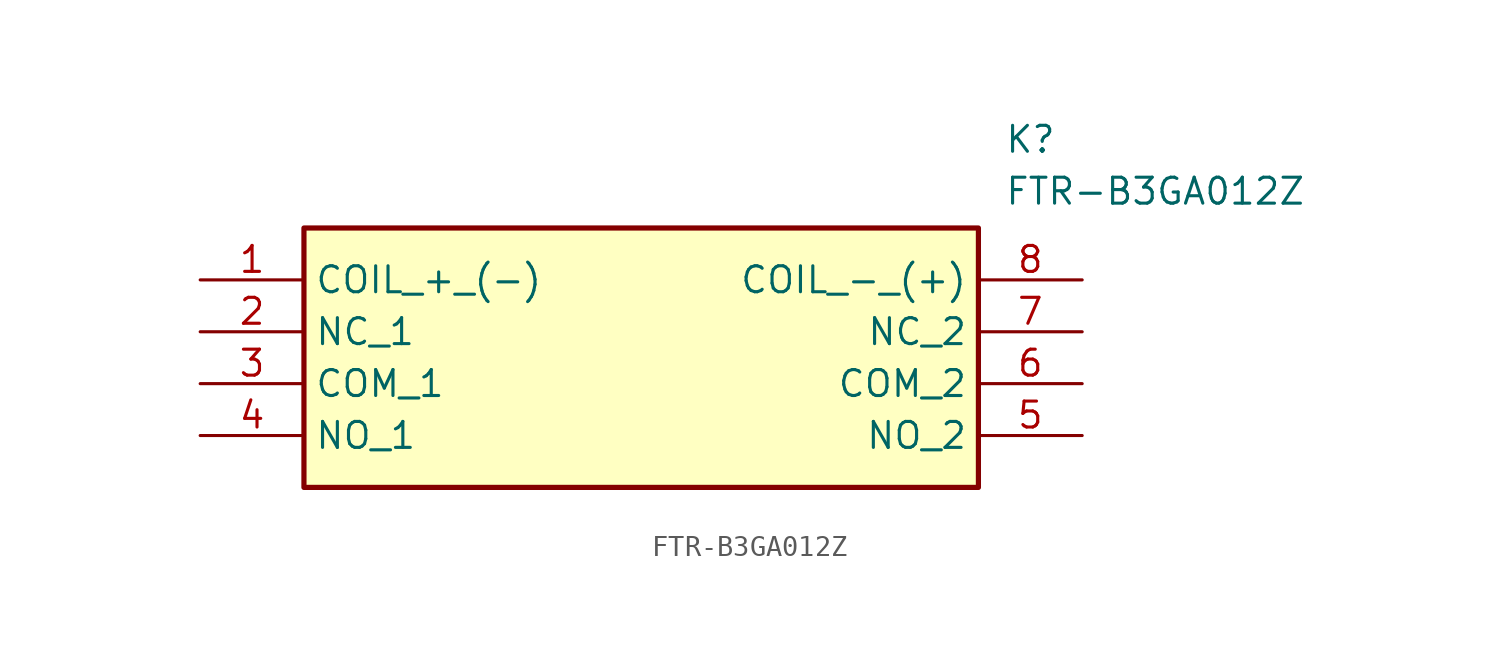
<source format=kicad_sym>
(kicad_symbol_lib
  (version 20211014)
  (generator SamacSys_ECAD_Model)
  (symbol "FTR-B3GA012Z"
    (property "Reference" "K"
      (at 39.37 7.62 0)
      (effects (font (size 1.27 1.27)) (justify left top)))
    (property "Value" "FTR-B3GA012Z"
      (at 39.37 5.08 0)
      (effects (font (size 1.27 1.27)) (justify left top)))
    (rectangle
      (start 5.08 2.54)
      (end 38.1 -10.16)
      (stroke (width 0.254) (type default))
      (fill (type background)))
    (pin passive line
      (at 0 0 0)
      (length 5.08)
      (name "COIL_+_(-)" (effects (font (size 1.27 1.27))))
      (number "1" (effects (font (size 1.27 1.27)))))
    (pin passive line
      (at 0 -2.54 0)
      (length 5.08)
      (name "NC_1" (effects (font (size 1.27 1.27))))
      (number "2" (effects (font (size 1.27 1.27)))))
    (pin passive line
      (at 0 -5.08 0)
      (length 5.08)
      (name "COM_1" (effects (font (size 1.27 1.27))))
      (number "3" (effects (font (size 1.27 1.27)))))
    (pin passive line
      (at 0 -7.62 0)
      (length 5.08)
      (name "NO_1" (effects (font (size 1.27 1.27))))
      (number "4" (effects (font (size 1.27 1.27)))))
    (pin passive line
      (at 43.18 -7.62 180)
      (length 5.08)
      (name "NO_2" (effects (font (size 1.27 1.27))))
      (number "5" (effects (font (size 1.27 1.27)))))
    (pin passive line
      (at 43.18 -5.08 180)
      (length 5.08)
      (name "COM_2" (effects (font (size 1.27 1.27))))
      (number "6" (effects (font (size 1.27 1.27)))))
    (pin passive line
      (at 43.18 -2.54 180)
      (length 5.08)
      (name "NC_2" (effects (font (size 1.27 1.27))))
      (number "7" (effects (font (size 1.27 1.27)))))
    (pin passive line
      (at 43.18 0 180)
      (length 5.08)
      (name "COIL_-_(+)" (effects (font (size 1.27 1.27))))
      (number "8" (effects (font (size 1.27 1.27)))))))
</source>
